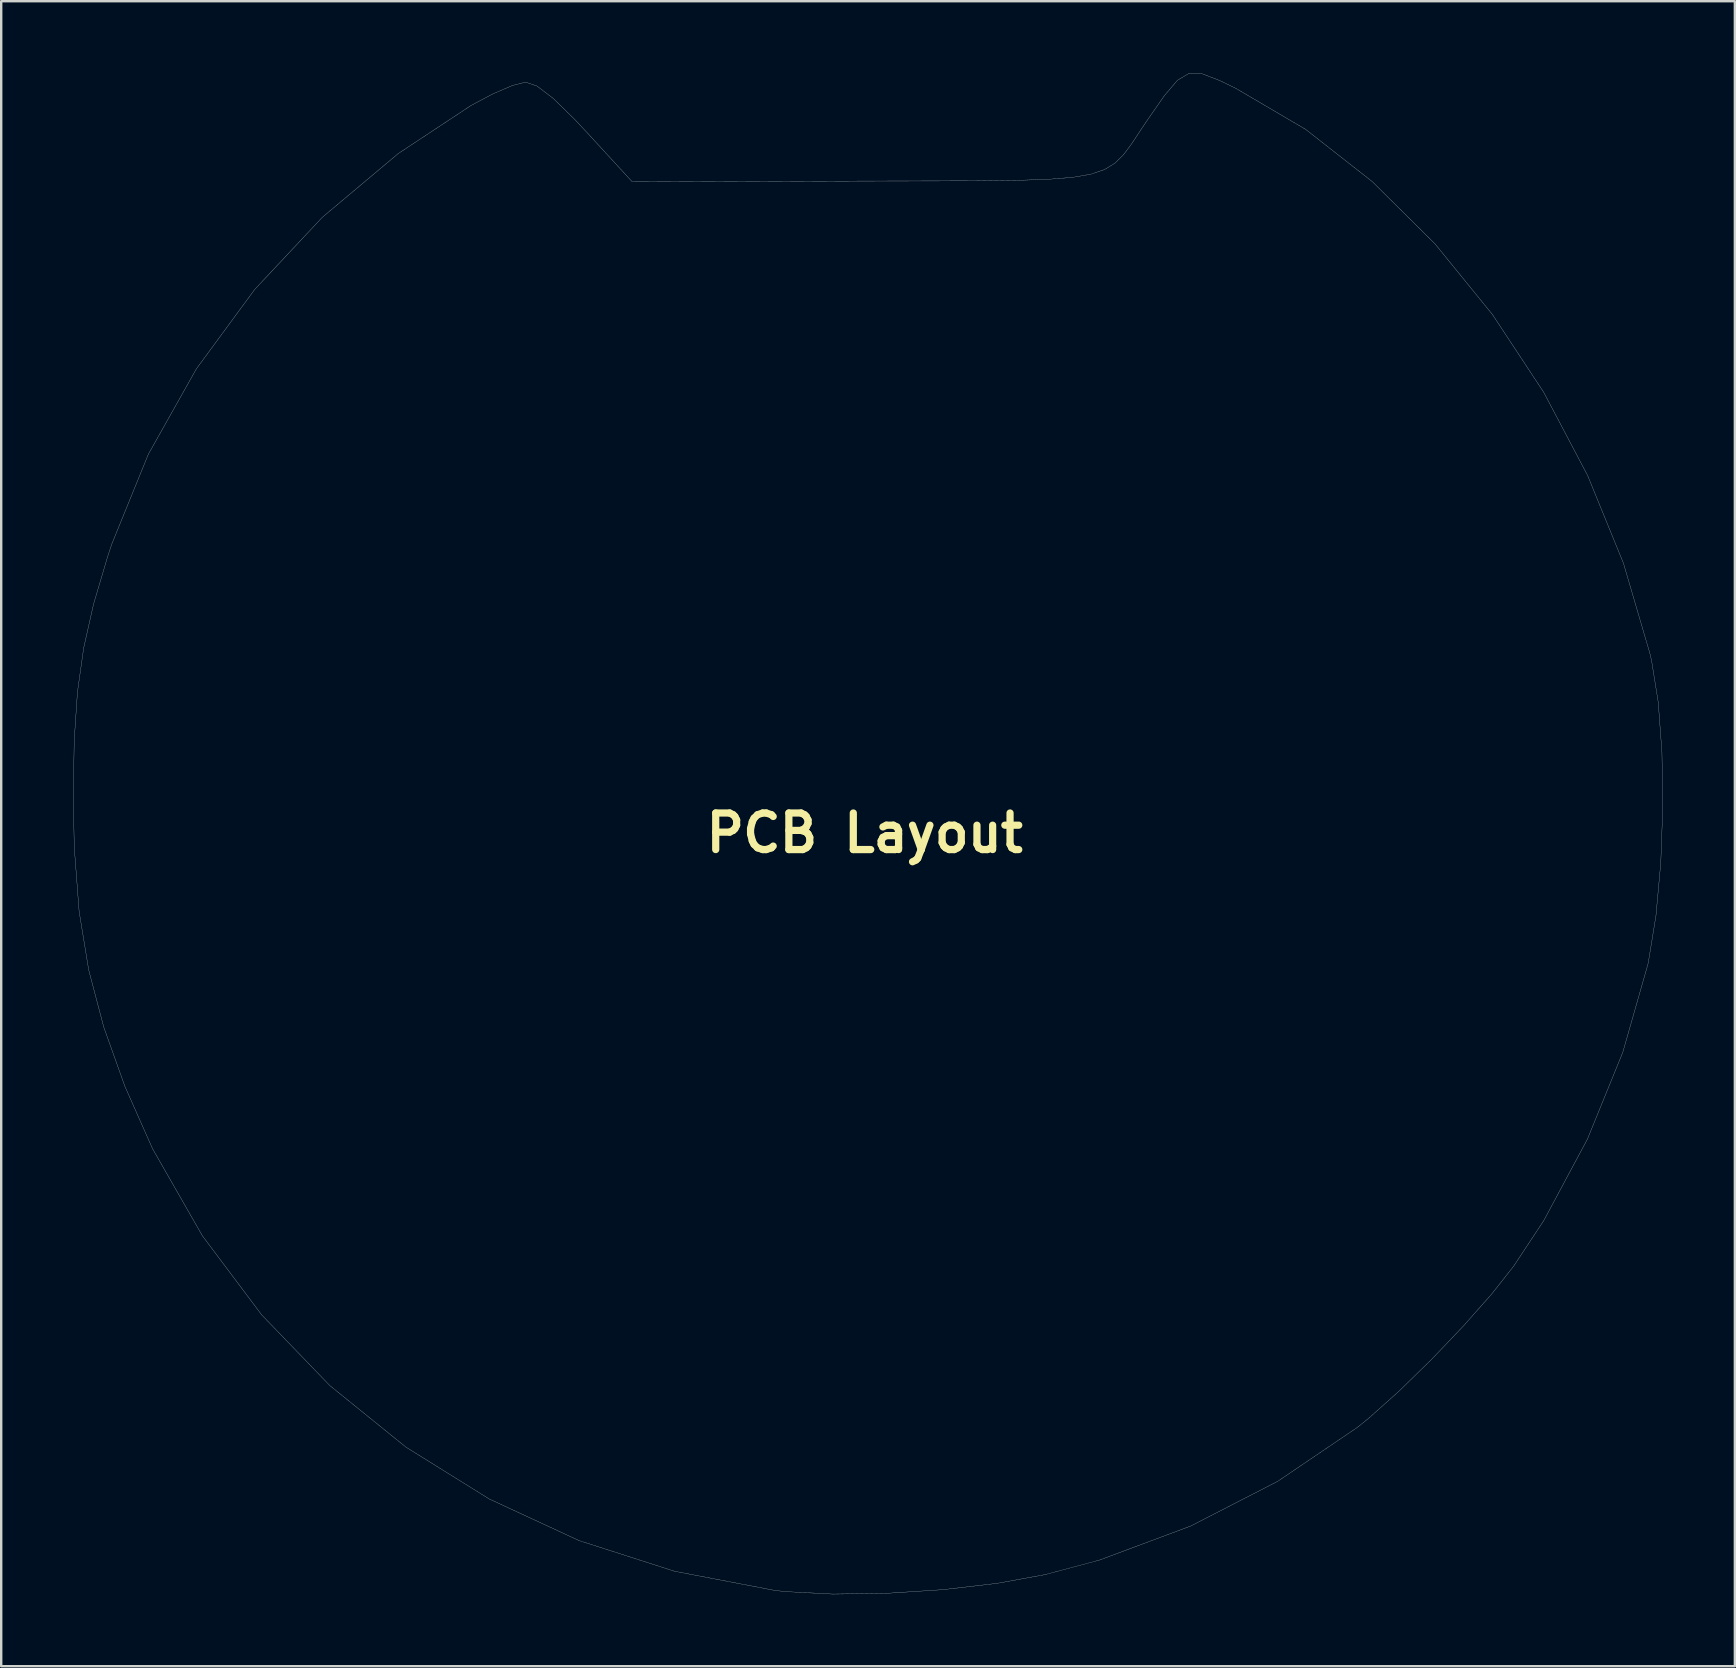
<source format=kicad_pcb>
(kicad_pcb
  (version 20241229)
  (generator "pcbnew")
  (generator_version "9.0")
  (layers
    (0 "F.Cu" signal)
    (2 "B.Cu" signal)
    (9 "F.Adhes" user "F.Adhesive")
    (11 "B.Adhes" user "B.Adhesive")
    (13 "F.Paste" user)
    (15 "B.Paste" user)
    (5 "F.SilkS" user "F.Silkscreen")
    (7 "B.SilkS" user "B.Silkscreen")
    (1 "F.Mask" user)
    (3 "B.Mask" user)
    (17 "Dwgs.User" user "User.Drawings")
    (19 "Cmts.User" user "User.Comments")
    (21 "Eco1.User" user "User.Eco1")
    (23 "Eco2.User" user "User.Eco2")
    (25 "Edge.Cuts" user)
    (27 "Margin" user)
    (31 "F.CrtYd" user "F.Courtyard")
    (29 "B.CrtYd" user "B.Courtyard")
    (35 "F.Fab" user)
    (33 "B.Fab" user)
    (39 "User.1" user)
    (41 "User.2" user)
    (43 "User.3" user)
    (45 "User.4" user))
  (footprint "PCB Layout"
    (layer "F.Cu")
    (at 32.979 31.662)
    (property "Reference" "PCB Layout" (at 0 0 0) (layer "F.SilkS") (effects (font (size 1.524 1.524) (thickness 0.3))))
    (attr through_hole)
    (fp_poly (pts (xy 14.074 -31.635) (xy 14.811 -31.349) (xy 15.459 -31.035) (xy 18.374 -29.323) (xy 21.157 -27.142) (xy 23.767 -24.551) (xy 26.16 -21.607) (xy 28.295 -18.37) (xy 30.128 -14.896) (xy 31.619 -11.246) (xy 32.724 -7.477) (xy 32.793 -7.176) (xy 33.07 -5.449) (xy 33.224 -3.362) (xy 33.259 -1.076) (xy 33.175 1.248) (xy 32.974 3.451) (xy 32.66 5.372) (xy 32.636 5.481) (xy 31.592 9.139) (xy 30.121 12.751) (xy 28.299 16.151) (xy 27.047 18.047) (xy 26.14 19.198) (xy 24.949 20.545) (xy 23.607 21.951) (xy 22.247 23.277) (xy 21.002 24.388) (xy 20.535 24.765) (xy 17.213 27.014) (xy 13.588 28.877) (xy 9.779 30.298) (xy 7.512 30.903) (xy 5.514 31.267) (xy 3.252 31.53) (xy 0.908 31.682) (xy -1.335 31.713) (xy -3.295 31.611) (xy -3.743 31.561) (xy -7.923 30.762) (xy -11.899 29.485) (xy -15.639 27.753) (xy -19.111 25.592) (xy -22.283 23.027) (xy -25.122 20.082) (xy -27.596 16.783) (xy -29.673 13.154) (xy -30.823 10.561) (xy -31.707 8.082) (xy -32.333 5.706) (xy -32.732 3.267) (xy -32.934 0.596) (xy -32.974 -1.471) (xy -32.937 -3.85) (xy -32.802 -5.872) (xy -32.543 -7.707) (xy -32.134 -9.526) (xy -31.549 -11.502) (xy -31.375 -12.032) (xy -29.846 -15.787) (xy -27.845 -19.344) (xy -25.414 -22.653) (xy -22.595 -25.661) (xy -19.431 -28.316) (xy -16.398 -30.319) (xy -15.484 -30.804) (xy -14.669 -31.152) (xy -14.128 -31.288) (xy -14.126 -31.288) (xy -13.654 -31.127) (xy -12.98 -30.615) (xy -12.061 -29.715) (xy -11.593 -29.215) (xy -9.685 -27.138) (xy -0.026 -27.167) (xy 2.553 -27.172) (xy 4.655 -27.177) (xy 6.337 -27.196) (xy 7.654 -27.241) (xy 8.666 -27.322) (xy 9.428 -27.454) (xy 9.999 -27.647) (xy 10.434 -27.915) (xy 10.791 -28.269) (xy 11.127 -28.721) (xy 11.499 -29.285) (xy 11.769 -29.689) (xy 12.492 -30.728) (xy 13.036 -31.369) (xy 13.523 -31.657) (xy 14.074 -31.635)) (stroke (width 0.01) (type solid)) (fill no) (layer "Edge.Cuts")))
  (gr_rect
    (start -3 -3)
    (end 69.242 66.38)
    (stroke (width 0.1) (type default))
    (fill no)
    (layer "Edge.Cuts")))
</source>
